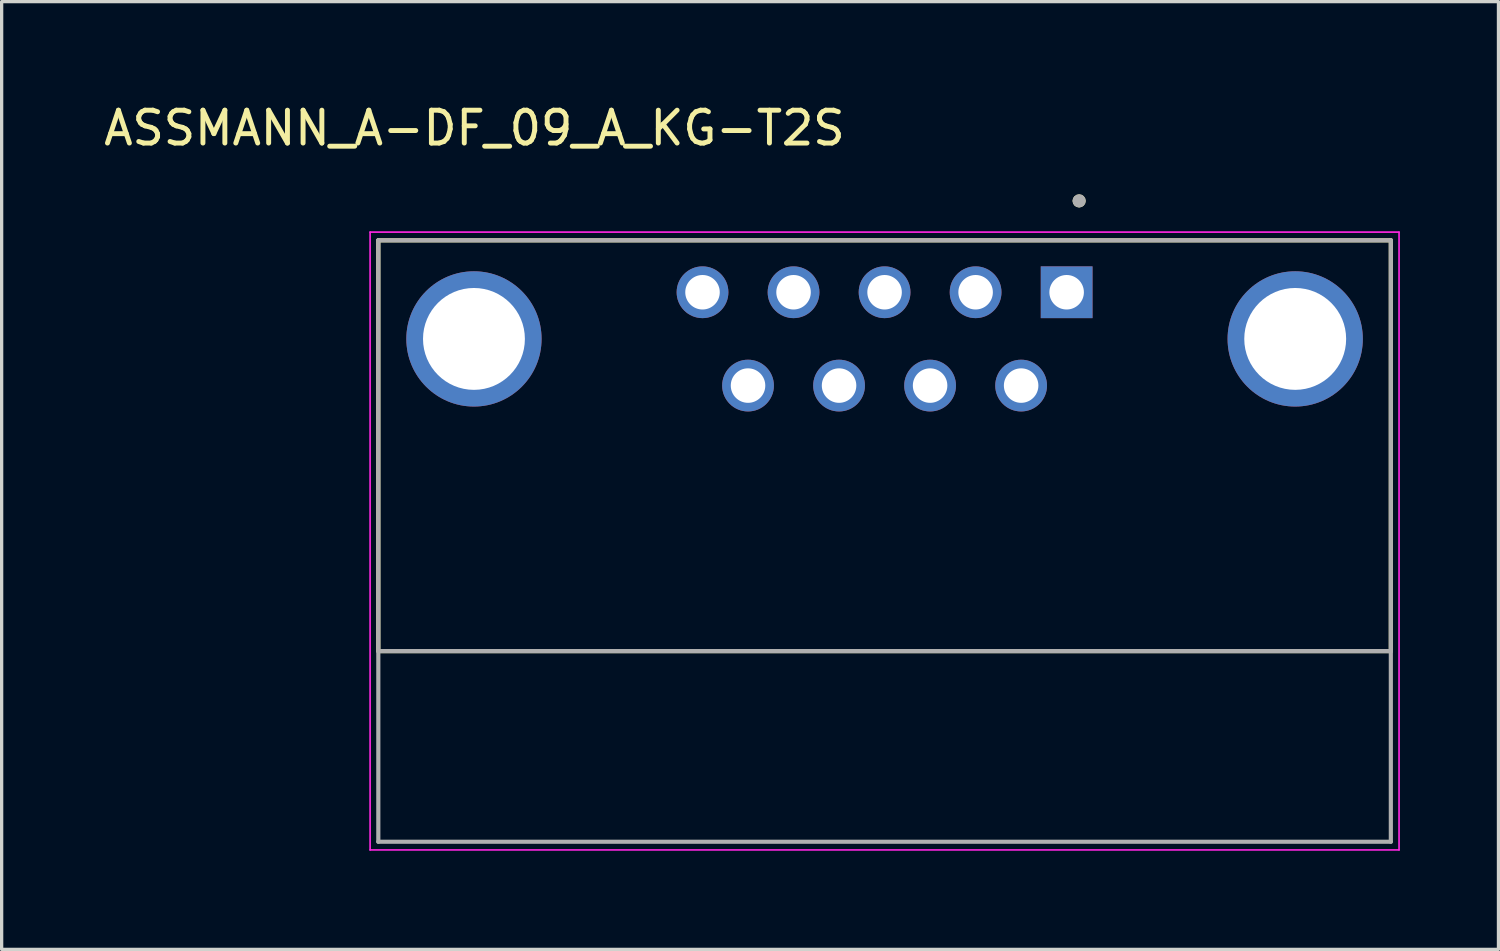
<source format=kicad_pcb>
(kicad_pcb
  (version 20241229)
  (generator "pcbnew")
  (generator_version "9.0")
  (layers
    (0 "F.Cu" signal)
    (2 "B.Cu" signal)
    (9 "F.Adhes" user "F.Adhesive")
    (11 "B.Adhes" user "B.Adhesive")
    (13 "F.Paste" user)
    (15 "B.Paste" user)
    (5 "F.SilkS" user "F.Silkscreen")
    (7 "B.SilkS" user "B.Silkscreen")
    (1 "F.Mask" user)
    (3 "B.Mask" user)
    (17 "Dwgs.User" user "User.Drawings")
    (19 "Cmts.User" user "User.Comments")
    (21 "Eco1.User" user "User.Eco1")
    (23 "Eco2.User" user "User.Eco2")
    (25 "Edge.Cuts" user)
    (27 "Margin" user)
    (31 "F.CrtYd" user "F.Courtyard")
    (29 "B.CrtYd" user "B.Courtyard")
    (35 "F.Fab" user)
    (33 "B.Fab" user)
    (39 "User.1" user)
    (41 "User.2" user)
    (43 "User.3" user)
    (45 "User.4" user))
  (footprint "ASSMANN_A-DF_09_A_KG-T2S"
    (layer "F.Cu")
    (at 23.867 7.263)
    (property "Reference" "ASSMANN_A-DF_09_A_KG-T2S" (at -12.48 -6.415 0) (layer "F.SilkS") (effects (font (size 1 1) (thickness 0.15))))
    (attr through_hole)
    (fp_line (start -15.405 -3) (end -15.405 9.5) (stroke (width 0.127) (type solid)) (layer "F.SilkS"))
    (fp_line (start -15.405 9.5) (end 15.405 9.5) (stroke (width 0.127) (type solid)) (layer "F.SilkS"))
    (fp_line (start 15.405 -3) (end -15.405 -3) (stroke (width 0.127) (type solid)) (layer "F.SilkS"))
    (fp_line (start 15.405 9.5) (end 15.405 -3) (stroke (width 0.127) (type solid)) (layer "F.SilkS"))
    (fp_circle (center 5.92 -4.2) (end 6.02 -4.2) (stroke (width 0.2) (type solid)) (fill no) (layer "F.SilkS"))
    (fp_line (start -15.655 -3.25) (end -15.655 15.55) (stroke (width 0.05) (type solid)) (layer "F.CrtYd"))
    (fp_line (start -15.655 15.55) (end 15.655 15.55) (stroke (width 0.05) (type solid)) (layer "F.CrtYd"))
    (fp_line (start 15.655 -3.25) (end -15.655 -3.25) (stroke (width 0.05) (type solid)) (layer "F.CrtYd"))
    (fp_line (start 15.655 15.55) (end 15.655 -3.25) (stroke (width 0.05) (type solid)) (layer "F.CrtYd"))
    (fp_line (start -15.405 -3) (end -15.405 15.3) (stroke (width 0.127) (type solid)) (layer "F.Fab"))
    (fp_line (start -15.405 9.5) (end 15.405 9.5) (stroke (width 0.127) (type solid)) (layer "F.Fab"))
    (fp_line (start -15.405 15.3) (end 15.405 15.3) (stroke (width 0.127) (type solid)) (layer "F.Fab"))
    (fp_line (start 15.405 -3) (end -15.405 -3) (stroke (width 0.127) (type solid)) (layer "F.Fab"))
    (fp_line (start 15.405 15.3) (end 15.405 -3) (stroke (width 0.127) (type solid)) (layer "F.Fab"))
    (fp_circle (center 5.92 -4.2) (end 6.02 -4.2) (stroke (width 0.2) (type solid)) (fill no) (layer "F.Fab"))
    (pad "1" thru_hole rect (at 5.54 -1.42) (size 1.575 1.575) (drill 1.05) (layers "*.Cu" "*.Mask"))
    (pad "2" thru_hole circle (at 2.77 -1.42) (size 1.575 1.575) (drill 1.05) (layers "*.Cu" "*.Mask"))
    (pad "3" thru_hole circle (at 0 -1.42) (size 1.575 1.575) (drill 1.05) (layers "*.Cu" "*.Mask"))
    (pad "4" thru_hole circle (at -2.77 -1.42) (size 1.575 1.575) (drill 1.05) (layers "*.Cu" "*.Mask"))
    (pad "5" thru_hole circle (at -5.54 -1.42) (size 1.575 1.575) (drill 1.05) (layers "*.Cu" "*.Mask"))
    (pad "6" thru_hole circle (at 4.155 1.42) (size 1.575 1.575) (drill 1.05) (layers "*.Cu" "*.Mask"))
    (pad "7" thru_hole circle (at 1.385 1.42) (size 1.575 1.575) (drill 1.05) (layers "*.Cu" "*.Mask"))
    (pad "8" thru_hole circle (at -1.385 1.42) (size 1.575 1.575) (drill 1.05) (layers "*.Cu" "*.Mask"))
    (pad "9" thru_hole circle (at -4.155 1.42) (size 1.575 1.575) (drill 1.05) (layers "*.Cu" "*.Mask"))
    (pad "S1" thru_hole circle (at -12.495 0) (size 4.116 4.116) (drill 3.1) (layers "*.Cu" "*.Mask"))
    (pad "S2" thru_hole circle (at 12.495 0) (size 4.116 4.116) (drill 3.1) (layers "*.Cu" "*.Mask")))
  (gr_rect
    (start -3 -3)
    (end 42.547 25.838)
    (stroke (width 0.1) (type default))
    (fill no)
    (layer "Edge.Cuts")))
</source>
